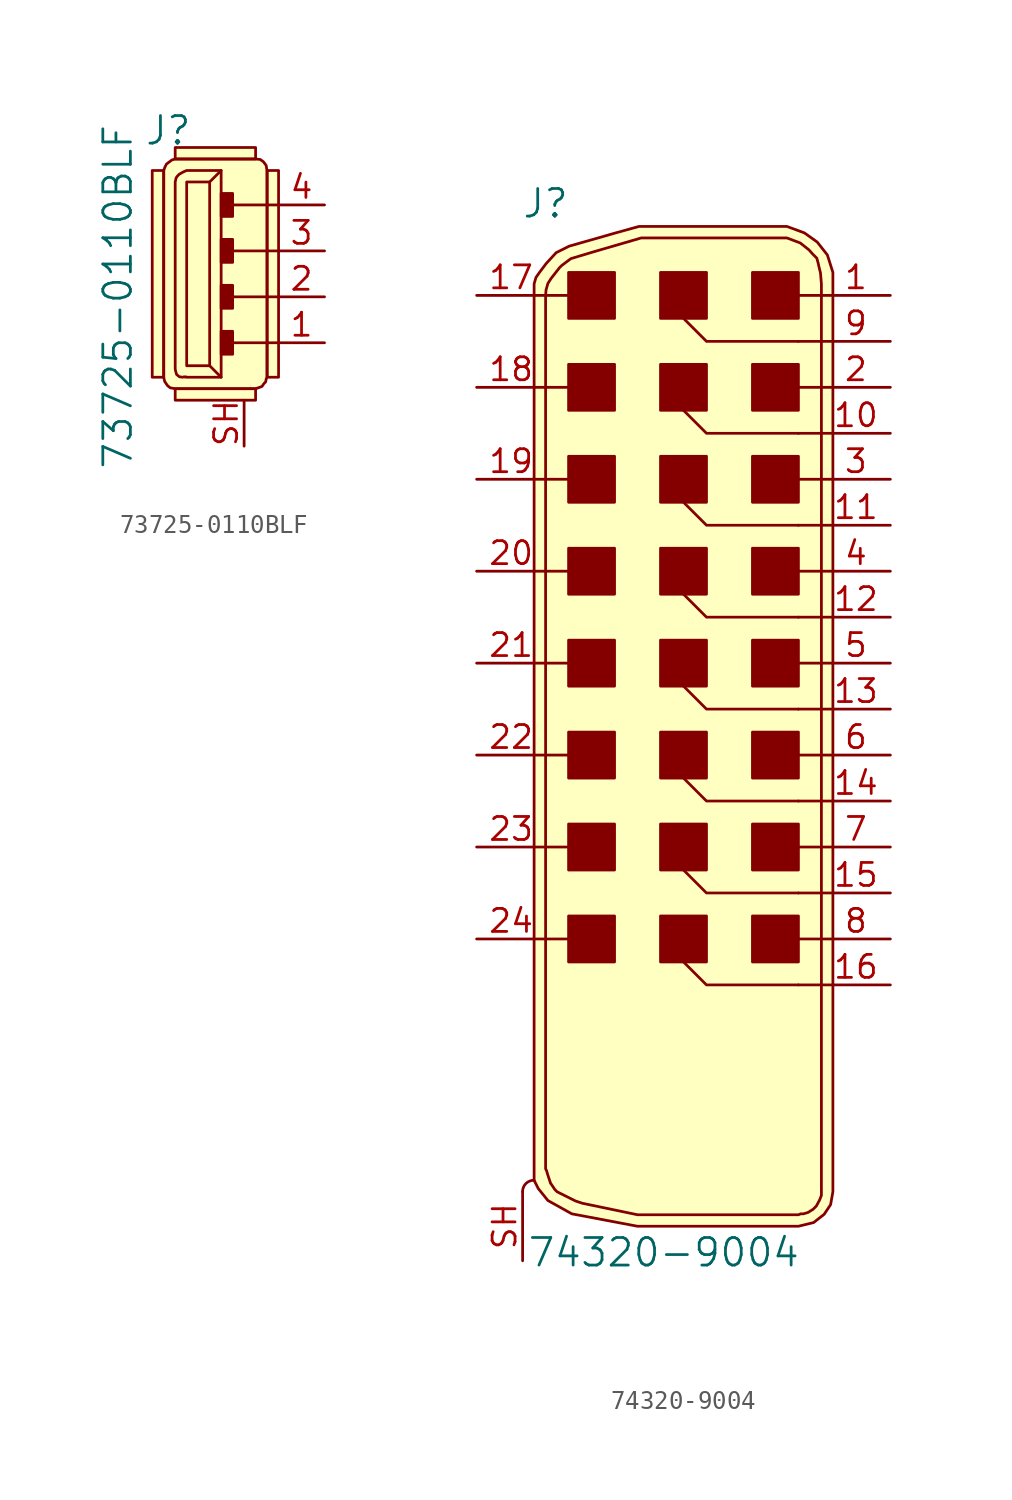
<source format=kicad_sym>
(kicad_symbol_lib
  (version 20211014)
  (generator kicad_symbol_editor)
  (symbol "73725-0110BLF"
    (pin_names
      (offset 1.016))
    (property "Reference" "J"
      (at -1.016 9.195 0)
      (effects (font (size 1.524 1.524))))
    (property "Value" "73725-0110BLF"
      (at -3.81 0 90)
      (effects (font (size 1.524 1.524))))
    (symbol "73725-0110BLF_0_1"
      (rectangle (start -1.27 -4.445) (end -1.905 6.985) (stroke (width 0) (type default) (color 0 0 0 0)) (fill (type background)))
      (polyline (pts (xy 1.27 -3.81) (xy 1.905 -4.445)) (stroke (width 0) (type default) (color 0 0 0 0)) (fill (type none)))
      (polyline (pts (xy 1.27 6.35) (xy 1.905 6.985)) (stroke (width 0) (type default) (color 0 0 0 0)) (fill (type none)))
      (polyline (pts (xy 5.08 -2.54) (xy 2.54 -2.54)) (stroke (width 0) (type default) (color 0 0 0 0)) (fill (type none)))
      (polyline (pts (xy 5.08 0) (xy 2.54 0)) (stroke (width 0) (type default) (color 0 0 0 0)) (fill (type none)))
      (polyline (pts (xy 5.08 2.54) (xy 2.54 2.54)) (stroke (width 0) (type default) (color 0 0 0 0)) (fill (type none)))
      (polyline (pts (xy 5.08 5.08) (xy 2.54 5.08)) (stroke (width 0) (type default) (color 0 0 0 0)) (fill (type none)))
      (polyline (pts (xy -0.635 6.35) (xy -0.635 -3.81) (xy -0.635 -3.988) (xy -0.61 -4.115) (xy -0.559 -4.293) (xy -0.406 -4.42) (xy -0.229 -4.445) (xy -0.127 -4.42) (xy -0.076 -4.445) (xy -0.051 -4.42) (xy 0 -4.445) (xy 1.905 -4.445) (xy 1.905 6.985) (xy 0 6.985) (xy -0.178 6.909) (xy -0.406 6.782) (xy -0.508 6.68) (xy -0.584 6.579) (xy -0.635 6.35)) (stroke (width 0) (type default) (color 0 0 0 0)) (fill (type none)))
      (polyline (pts (xy -0.635 -5.08) (xy 3.81 -5.08) (xy 3.962 -5.029) (xy 4.166 -4.953) (xy 4.267 -4.801) (xy 4.369 -4.699) (xy 4.394 -4.547) (xy 4.445 -4.445) (xy 4.445 6.985) (xy 4.42 7.087) (xy 4.42 7.112) (xy 4.394 7.264) (xy 4.242 7.468) (xy 4.064 7.595) (xy 3.81 7.62) (xy -0.635 7.62) (xy -0.813 7.569) (xy -1.118 7.341) (xy -1.219 7.137) (xy -1.27 6.985) (xy -1.27 -4.445) (xy -1.219 -4.674) (xy -1.067 -4.902) (xy -0.914 -5.029) (xy -0.635 -5.08)) (stroke (width 0) (type default) (color 0 0 0 0)) (fill (type background)))
      (rectangle (start 1.27 6.35) (end 0 -3.81) (stroke (width 0) (type default) (color 0 0 0 0)) (fill (type none)))
      (rectangle (start 2.54 -1.905) (end 1.905 -3.175) (stroke (width 0) (type default) (color 0 0 0 0)) (fill (type outline)))
      (rectangle (start 2.54 0.635) (end 1.905 -0.635) (stroke (width 0) (type default) (color 0 0 0 0)) (fill (type outline)))
      (rectangle (start 2.54 3.175) (end 1.905 1.905) (stroke (width 0) (type default) (color 0 0 0 0)) (fill (type outline)))
      (rectangle (start 2.54 4.445) (end 1.905 5.715) (stroke (width 0) (type default) (color 0 0 0 0)) (fill (type outline)))
      (rectangle (start 3.81 -5.08) (end -0.635 -5.715) (stroke (width 0) (type default) (color 0 0 0 0)) (fill (type background)))
      (rectangle (start 3.81 7.62) (end -0.635 8.255) (stroke (width 0) (type default) (color 0 0 0 0)) (fill (type background)))
      (rectangle (start 4.445 6.985) (end 5.08 -4.445) (stroke (width 0) (type default) (color 0 0 0 0)) (fill (type background))))
    (symbol "73725-0110BLF_1_1"
      (pin passive line (at 7.62 -2.54 180) (length 2.54) (name "~" (effects (font (size 1.27 1.27)))) (number "1" (effects (font (size 1.27 1.27)))))
      (pin passive line (at 7.62 0 180) (length 2.54) (name "~" (effects (font (size 1.27 1.27)))) (number "2" (effects (font (size 1.27 1.27)))))
      (pin passive line (at 7.62 2.54 180) (length 2.54) (name "~" (effects (font (size 1.27 1.27)))) (number "3" (effects (font (size 1.27 1.27)))))
      (pin passive line (at 7.62 5.08 180) (length 2.54) (name "~" (effects (font (size 1.27 1.27)))) (number "4" (effects (font (size 1.27 1.27)))))
      (pin passive line (at 3.175 -8.255 90) (length 2.54) (name "~" (effects (font (size 1.27 1.27)))) (number "SH" (effects (font (size 1.27 1.27)))))))
  (symbol "74320-9004"
    (pin_names
      (offset 1.016))
    (property "Reference" "J"
      (at -8.89 27.94 0)
      (effects (font (size 1.524 1.524))))
    (property "Value" "74320-9004"
      (at -2.362 -30.023 0)
      (effects (font (size 1.524 1.524))))
    (symbol "74320-9004_0_1"
      (arc (start -9.525 -26.035) (mid -9.9825 -26.2192) (end -10.16 -26.67) (stroke (width 0) (type default) (color 0 0 0 0)) (fill (type none)))
      (rectangle (start -5.08 -11.43) (end -7.62 -13.97) (stroke (width 0) (type default) (color 0 0 0 0)) (fill (type outline)))
      (rectangle (start -5.08 -6.35) (end -7.62 -8.89) (stroke (width 0) (type default) (color 0 0 0 0)) (fill (type outline)))
      (rectangle (start -5.08 -1.27) (end -7.62 -3.81) (stroke (width 0) (type default) (color 0 0 0 0)) (fill (type outline)))
      (rectangle (start -5.08 3.81) (end -7.62 1.27) (stroke (width 0) (type default) (color 0 0 0 0)) (fill (type outline)))
      (rectangle (start -5.08 8.89) (end -7.62 6.35) (stroke (width 0) (type default) (color 0 0 0 0)) (fill (type outline)))
      (rectangle (start -5.08 13.97) (end -7.62 11.43) (stroke (width 0) (type default) (color 0 0 0 0)) (fill (type outline)))
      (rectangle (start -5.08 19.05) (end -7.62 16.51) (stroke (width 0) (type default) (color 0 0 0 0)) (fill (type outline)))
      (rectangle (start -5.08 24.13) (end -7.62 21.59) (stroke (width 0) (type default) (color 0 0 0 0)) (fill (type outline)))
      (rectangle (start 0 -11.43) (end -2.54 -13.97) (stroke (width 0) (type default) (color 0 0 0 0)) (fill (type outline)))
      (rectangle (start 0 -6.35) (end -2.54 -8.89) (stroke (width 0) (type default) (color 0 0 0 0)) (fill (type outline)))
      (rectangle (start 0 -1.27) (end -2.54 -3.81) (stroke (width 0) (type default) (color 0 0 0 0)) (fill (type outline)))
      (polyline (pts (xy -7.62 -12.7) (xy -8.89 -12.7)) (stroke (width 0) (type default) (color 0 0 0 0)) (fill (type none)))
      (polyline (pts (xy -7.62 -7.62) (xy -8.89 -7.62)) (stroke (width 0) (type default) (color 0 0 0 0)) (fill (type none)))
      (polyline (pts (xy -7.62 -2.54) (xy -8.89 -2.54)) (stroke (width 0) (type default) (color 0 0 0 0)) (fill (type none)))
      (polyline (pts (xy -7.62 2.54) (xy -8.89 2.54)) (stroke (width 0) (type default) (color 0 0 0 0)) (fill (type none)))
      (polyline (pts (xy -7.62 7.62) (xy -8.89 7.62)) (stroke (width 0) (type default) (color 0 0 0 0)) (fill (type none)))
      (polyline (pts (xy -7.62 12.7) (xy -8.89 12.7)) (stroke (width 0) (type default) (color 0 0 0 0)) (fill (type none)))
      (polyline (pts (xy -7.62 17.78) (xy -8.89 17.78)) (stroke (width 0) (type default) (color 0 0 0 0)) (fill (type none)))
      (polyline (pts (xy -7.62 22.86) (xy -8.89 22.86)) (stroke (width 0) (type default) (color 0 0 0 0)) (fill (type none)))
      (polyline (pts (xy 5.08 22.86) (xy 5.08 22.86)) (stroke (width 0) (type default) (color 0 0 0 0)) (fill (type none)))
      (polyline (pts (xy 6.35 -15.24) (xy 5.08 -15.24)) (stroke (width 0) (type default) (color 0 0 0 0)) (fill (type none)))
      (polyline (pts (xy 6.35 -12.7) (xy 5.08 -12.7)) (stroke (width 0) (type default) (color 0 0 0 0)) (fill (type none)))
      (polyline (pts (xy 6.35 -10.16) (xy 5.08 -10.16)) (stroke (width 0) (type default) (color 0 0 0 0)) (fill (type none)))
      (polyline (pts (xy 6.35 -7.62) (xy 5.08 -7.62)) (stroke (width 0) (type default) (color 0 0 0 0)) (fill (type none)))
      (polyline (pts (xy 6.35 -5.08) (xy 5.08 -5.08)) (stroke (width 0) (type default) (color 0 0 0 0)) (fill (type none)))
      (polyline (pts (xy 6.35 -2.54) (xy 5.08 -2.54)) (stroke (width 0) (type default) (color 0 0 0 0)) (fill (type none)))
      (polyline (pts (xy 6.35 0) (xy 5.08 0)) (stroke (width 0) (type default) (color 0 0 0 0)) (fill (type none)))
      (polyline (pts (xy 6.35 2.54) (xy 5.08 2.54)) (stroke (width 0) (type default) (color 0 0 0 0)) (fill (type none)))
      (polyline (pts (xy 6.35 5.08) (xy 5.08 5.08)) (stroke (width 0) (type default) (color 0 0 0 0)) (fill (type none)))
      (polyline (pts (xy 6.35 7.62) (xy 5.08 7.62)) (stroke (width 0) (type default) (color 0 0 0 0)) (fill (type none)))
      (polyline (pts (xy 6.35 10.16) (xy 5.08 10.16)) (stroke (width 0) (type default) (color 0 0 0 0)) (fill (type none)))
      (polyline (pts (xy 6.35 12.7) (xy 5.08 12.7)) (stroke (width 0) (type default) (color 0 0 0 0)) (fill (type none)))
      (polyline (pts (xy 6.35 15.24) (xy 5.08 15.24)) (stroke (width 0) (type default) (color 0 0 0 0)) (fill (type none)))
      (polyline (pts (xy 6.35 17.78) (xy 5.08 17.78)) (stroke (width 0) (type default) (color 0 0 0 0)) (fill (type none)))
      (polyline (pts (xy 6.35 20.32) (xy 5.08 20.32)) (stroke (width 0) (type default) (color 0 0 0 0)) (fill (type none)))
      (polyline (pts (xy 6.35 22.86) (xy 5.08 22.86)) (stroke (width 0) (type default) (color 0 0 0 0)) (fill (type none)))
      (polyline (pts (xy -1.27 -13.97) (xy 0 -15.24) (xy 5.08 -15.24)) (stroke (width 0) (type default) (color 0 0 0 0)) (fill (type none)))
      (polyline (pts (xy -1.27 -8.89) (xy 0 -10.16) (xy 5.08 -10.16)) (stroke (width 0) (type default) (color 0 0 0 0)) (fill (type none)))
      (polyline (pts (xy -1.27 -3.81) (xy 0 -5.08) (xy 5.08 -5.08)) (stroke (width 0) (type default) (color 0 0 0 0)) (fill (type none)))
      (polyline (pts (xy -1.27 1.27) (xy 0 0) (xy 5.08 0)) (stroke (width 0) (type default) (color 0 0 0 0)) (fill (type none)))
      (polyline (pts (xy -1.27 6.35) (xy 0 5.08) (xy 5.08 5.08)) (stroke (width 0) (type default) (color 0 0 0 0)) (fill (type none)))
      (polyline (pts (xy -1.27 11.43) (xy 0 10.16) (xy 5.08 10.16)) (stroke (width 0) (type default) (color 0 0 0 0)) (fill (type none)))
      (polyline (pts (xy -1.27 16.51) (xy 0 15.24) (xy 5.08 15.24)) (stroke (width 0) (type default) (color 0 0 0 0)) (fill (type none)))
      (polyline (pts (xy -1.27 21.59) (xy 0 20.32) (xy 5.08 20.32)) (stroke (width 0) (type default) (color 0 0 0 0)) (fill (type none)))
      (polyline (pts (xy 6.985 -26.67) (xy 6.985 24.13) (xy 6.68 25.095) (xy 6.121 25.806) (xy 5.41 26.314) (xy 4.445 26.67) (xy -3.734 26.67) (xy -5.105 26.289) (xy -7.595 25.578) (xy -8.306 25.222) (xy -8.865 24.613) (xy -9.246 24.105) (xy -9.423 23.851) (xy -9.525 23.495) (xy -9.525 -26.035) (xy -9.296 -26.492) (xy -8.763 -27.153) (xy -7.442 -27.889) (xy -3.81 -28.575) (xy 5.08 -28.575) (xy 5.918 -28.372) (xy 6.502 -27.915) (xy 6.858 -27.381) (xy 6.985 -26.67)) (stroke (width 0) (type default) (color 0 0 0 0)) (fill (type background)))
      (polyline (pts (xy -8.89 22.86) (xy -8.865 23.165) (xy -8.763 23.52) (xy -8.585 23.8) (xy -8.306 24.155) (xy -8.128 24.384) (xy -8.001 24.511) (xy -7.493 24.892) (xy -6.223 25.273) (xy -3.607 26.035) (xy 0.635 26.035) (xy 4.445 26.035) (xy 5.182 25.756) (xy 5.664 25.375) (xy 5.867 25.146) (xy 6.096 24.917) (xy 6.172 24.638) (xy 6.223 24.409) (xy 6.299 24.105) (xy 6.35 23.495) (xy 6.35 -26.67) (xy 6.35 -26.873) (xy 6.248 -27.127) (xy 6.071 -27.457) (xy 5.893 -27.635) (xy 5.613 -27.813) (xy 5.359 -27.889) (xy 5.207 -27.889) (xy 5.08 -27.94) (xy -3.81 -27.94) (xy -6.858 -27.305) (xy -7.239 -27.178) (xy -7.747 -26.924) (xy -8.001 -26.797) (xy -8.255 -26.67) (xy -8.382 -26.543) (xy -8.636 -26.162) (xy -8.611 -26.213) (xy -8.687 -25.984) (xy -8.763 -25.756) (xy -8.839 -25.502) (xy -8.89 -25.4) (xy -8.89 22.86)) (stroke (width 0) (type default) (color 0 0 0 0)) (fill (type background)))
      (rectangle (start 0 3.81) (end -2.54 1.27) (stroke (width 0) (type default) (color 0 0 0 0)) (fill (type outline)))
      (rectangle (start 0 8.89) (end -2.54 6.35) (stroke (width 0) (type default) (color 0 0 0 0)) (fill (type outline)))
      (rectangle (start 0 13.97) (end -2.54 11.43) (stroke (width 0) (type default) (color 0 0 0 0)) (fill (type outline)))
      (rectangle (start 0 19.05) (end -2.54 16.51) (stroke (width 0) (type default) (color 0 0 0 0)) (fill (type outline)))
      (rectangle (start 0 24.13) (end -2.54 21.59) (stroke (width 0) (type default) (color 0 0 0 0)) (fill (type outline)))
      (rectangle (start 5.08 -11.43) (end 2.54 -13.97) (stroke (width 0) (type default) (color 0 0 0 0)) (fill (type outline)))
      (rectangle (start 5.08 -6.35) (end 2.54 -8.89) (stroke (width 0) (type default) (color 0 0 0 0)) (fill (type outline)))
      (rectangle (start 5.08 -1.27) (end 2.54 -3.81) (stroke (width 0) (type default) (color 0 0 0 0)) (fill (type outline)))
      (rectangle (start 5.08 3.81) (end 2.54 1.27) (stroke (width 0) (type default) (color 0 0 0 0)) (fill (type outline)))
      (rectangle (start 5.08 8.89) (end 2.54 6.35) (stroke (width 0) (type default) (color 0 0 0 0)) (fill (type outline)))
      (rectangle (start 5.08 13.97) (end 2.54 11.43) (stroke (width 0) (type default) (color 0 0 0 0)) (fill (type outline)))
      (rectangle (start 5.08 19.05) (end 2.54 16.51) (stroke (width 0) (type default) (color 0 0 0 0)) (fill (type outline)))
      (rectangle (start 5.08 24.13) (end 2.54 21.59) (stroke (width 0) (type default) (color 0 0 0 0)) (fill (type outline))))
    (symbol "74320-9004_1_1"
      (pin passive line (at 10.16 22.86 180) (length 3.81) (name "~" (effects (font (size 1.27 1.27)))) (number "1" (effects (font (size 1.27 1.27)))))
      (pin passive line (at 10.16 15.24 180) (length 3.81) (name "~" (effects (font (size 1.27 1.27)))) (number "10" (effects (font (size 1.27 1.27)))))
      (pin passive line (at 10.16 10.16 180) (length 3.81) (name "~" (effects (font (size 1.27 1.27)))) (number "11" (effects (font (size 1.27 1.27)))))
      (pin passive line (at 10.16 5.08 180) (length 3.81) (name "~" (effects (font (size 1.27 1.27)))) (number "12" (effects (font (size 1.27 1.27)))))
      (pin passive line (at 10.16 0 180) (length 3.81) (name "~" (effects (font (size 1.27 1.27)))) (number "13" (effects (font (size 1.27 1.27)))))
      (pin passive line (at 10.16 -5.08 180) (length 3.81) (name "~" (effects (font (size 1.27 1.27)))) (number "14" (effects (font (size 1.27 1.27)))))
      (pin passive line (at 10.16 -10.16 180) (length 3.81) (name "~" (effects (font (size 1.27 1.27)))) (number "15" (effects (font (size 1.27 1.27)))))
      (pin passive line (at 10.16 -15.24 180) (length 3.81) (name "~" (effects (font (size 1.27 1.27)))) (number "16" (effects (font (size 1.27 1.27)))))
      (pin passive line (at -12.7 22.86 0) (length 3.81) (name "~" (effects (font (size 1.27 1.27)))) (number "17" (effects (font (size 1.27 1.27)))))
      (pin passive line (at -12.7 17.78 0) (length 3.81) (name "~" (effects (font (size 1.27 1.27)))) (number "18" (effects (font (size 1.27 1.27)))))
      (pin passive line (at -12.7 12.7 0) (length 3.81) (name "~" (effects (font (size 1.27 1.27)))) (number "19" (effects (font (size 1.27 1.27)))))
      (pin passive line (at 10.16 17.78 180) (length 3.81) (name "~" (effects (font (size 1.27 1.27)))) (number "2" (effects (font (size 1.27 1.27)))))
      (pin passive line (at -12.7 7.62 0) (length 3.81) (name "~" (effects (font (size 1.27 1.27)))) (number "20" (effects (font (size 1.27 1.27)))))
      (pin passive line (at -12.7 2.54 0) (length 3.81) (name "~" (effects (font (size 1.27 1.27)))) (number "21" (effects (font (size 1.27 1.27)))))
      (pin passive line (at -12.7 -2.54 0) (length 3.81) (name "~" (effects (font (size 1.27 1.27)))) (number "22" (effects (font (size 1.27 1.27)))))
      (pin passive line (at -12.7 -7.62 0) (length 3.81) (name "~" (effects (font (size 1.27 1.27)))) (number "23" (effects (font (size 1.27 1.27)))))
      (pin passive line (at -12.7 -12.7 0) (length 3.81) (name "~" (effects (font (size 1.27 1.27)))) (number "24" (effects (font (size 1.27 1.27)))))
      (pin passive line (at 10.16 12.7 180) (length 3.81) (name "~" (effects (font (size 1.27 1.27)))) (number "3" (effects (font (size 1.27 1.27)))))
      (pin passive line (at 10.16 7.62 180) (length 3.81) (name "~" (effects (font (size 1.27 1.27)))) (number "4" (effects (font (size 1.27 1.27)))))
      (pin passive line (at 10.16 2.54 180) (length 3.81) (name "~" (effects (font (size 1.27 1.27)))) (number "5" (effects (font (size 1.27 1.27)))))
      (pin passive line (at 10.16 -2.54 180) (length 3.81) (name "~" (effects (font (size 1.27 1.27)))) (number "6" (effects (font (size 1.27 1.27)))))
      (pin passive line (at 10.16 -7.62 180) (length 3.81) (name "~" (effects (font (size 1.27 1.27)))) (number "7" (effects (font (size 1.27 1.27)))))
      (pin passive line (at 10.16 -12.7 180) (length 3.81) (name "~" (effects (font (size 1.27 1.27)))) (number "8" (effects (font (size 1.27 1.27)))))
      (pin passive line (at 10.16 20.32 180) (length 3.81) (name "~" (effects (font (size 1.27 1.27)))) (number "9" (effects (font (size 1.27 1.27)))))
      (pin passive line (at -10.16 -30.48 90) (length 3.81) (name "~" (effects (font (size 1.27 1.27)))) (number "SH" (effects (font (size 1.27 1.27))))))))
</source>
